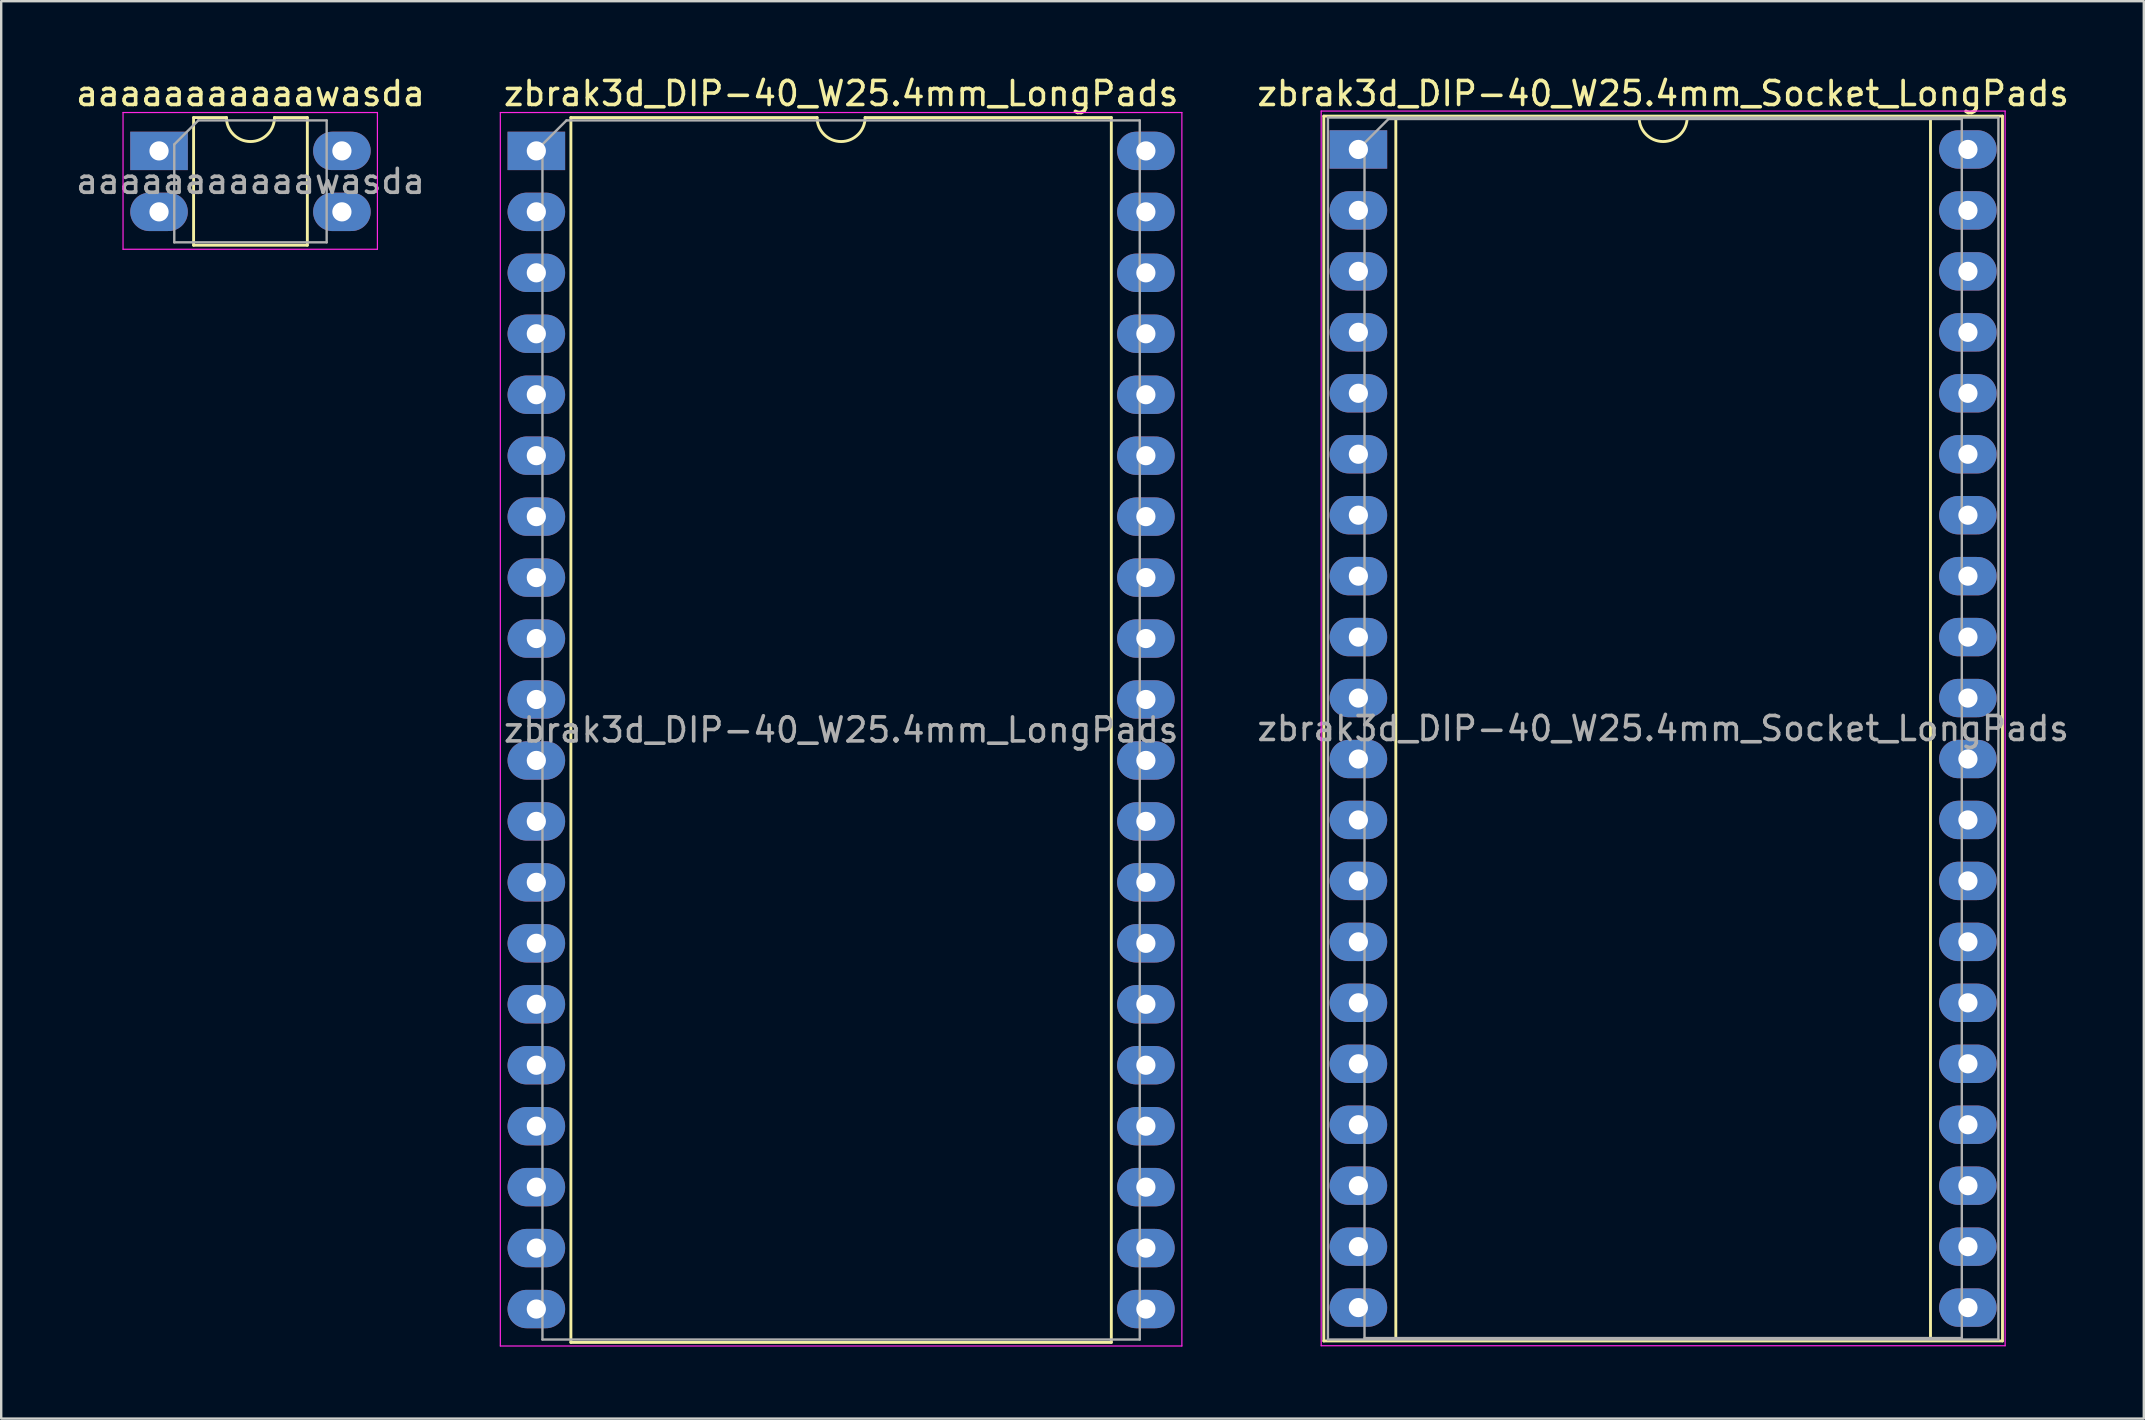
<source format=kicad_pcb>
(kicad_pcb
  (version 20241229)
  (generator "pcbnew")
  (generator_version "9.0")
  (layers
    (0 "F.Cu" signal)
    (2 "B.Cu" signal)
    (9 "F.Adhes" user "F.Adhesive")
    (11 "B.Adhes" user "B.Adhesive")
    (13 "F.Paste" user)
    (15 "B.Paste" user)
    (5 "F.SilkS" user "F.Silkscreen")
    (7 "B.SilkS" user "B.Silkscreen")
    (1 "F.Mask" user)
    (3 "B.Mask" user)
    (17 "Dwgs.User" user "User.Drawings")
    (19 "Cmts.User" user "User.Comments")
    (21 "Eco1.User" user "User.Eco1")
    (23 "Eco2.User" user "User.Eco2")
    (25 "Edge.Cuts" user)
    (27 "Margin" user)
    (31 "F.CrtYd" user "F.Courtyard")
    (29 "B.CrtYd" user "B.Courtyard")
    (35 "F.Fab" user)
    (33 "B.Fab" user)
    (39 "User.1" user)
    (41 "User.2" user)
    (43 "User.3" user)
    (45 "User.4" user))
  (footprint "zbrak3d_DIP-40_W25.4mm_Socket_LongPads"
    (layer "F.Cu")
    (at 53.554 3.178)
    (property "Reference" "zbrak3d_DIP-40_W25.4mm_Socket_LongPads" (at 12.7 -2.33 0) (layer "F.SilkS") (effects (font (size 1 1) (thickness 0.15))))
    (attr through_hole)
    (fp_line (start -1.44 -1.39) (end -1.44 49.65) (stroke (width 0.12) (type solid)) (layer "F.SilkS"))
    (fp_line (start -1.44 49.65) (end 26.84 49.65) (stroke (width 0.12) (type solid)) (layer "F.SilkS"))
    (fp_line (start 1.56 -1.33) (end 1.56 49.59) (stroke (width 0.12) (type solid)) (layer "F.SilkS"))
    (fp_line (start 1.56 49.59) (end 23.84 49.59) (stroke (width 0.12) (type solid)) (layer "F.SilkS"))
    (fp_line (start 11.7 -1.33) (end 1.56 -1.33) (stroke (width 0.12) (type solid)) (layer "F.SilkS"))
    (fp_line (start 23.84 -1.33) (end 13.7 -1.33) (stroke (width 0.12) (type solid)) (layer "F.SilkS"))
    (fp_line (start 23.84 49.59) (end 23.84 -1.33) (stroke (width 0.12) (type solid)) (layer "F.SilkS"))
    (fp_line (start 26.84 -1.39) (end -1.44 -1.39) (stroke (width 0.12) (type solid)) (layer "F.SilkS"))
    (fp_line (start 26.84 49.65) (end 26.84 -1.39) (stroke (width 0.12) (type solid)) (layer "F.SilkS"))
    (fp_arc (start 13.7 -1.33) (mid 12.7 -0.33) (end 11.7 -1.33) (stroke (width 0.12) (type solid)) (layer "F.SilkS"))
    (fp_line (start -1.55 -1.6) (end -1.55 49.85) (stroke (width 0.05) (type solid)) (layer "F.CrtYd"))
    (fp_line (start -1.55 49.85) (end 26.95 49.85) (stroke (width 0.05) (type solid)) (layer "F.CrtYd"))
    (fp_line (start 26.95 -1.6) (end -1.55 -1.6) (stroke (width 0.05) (type solid)) (layer "F.CrtYd"))
    (fp_line (start 26.95 49.85) (end 26.95 -1.6) (stroke (width 0.05) (type solid)) (layer "F.CrtYd"))
    (fp_line (start -1.27 -1.33) (end -1.27 49.59) (stroke (width 0.1) (type solid)) (layer "F.Fab"))
    (fp_line (start -1.27 49.59) (end 26.67 49.59) (stroke (width 0.1) (type solid)) (layer "F.Fab"))
    (fp_line (start 0.255 -0.27) (end 1.255 -1.27) (stroke (width 0.1) (type solid)) (layer "F.Fab"))
    (fp_line (start 0.255 49.53) (end 0.255 -0.27) (stroke (width 0.1) (type solid)) (layer "F.Fab"))
    (fp_line (start 1.255 -1.27) (end 25.145 -1.27) (stroke (width 0.1) (type solid)) (layer "F.Fab"))
    (fp_line (start 25.145 -1.27) (end 25.145 49.53) (stroke (width 0.1) (type solid)) (layer "F.Fab"))
    (fp_line (start 25.145 49.53) (end 0.255 49.53) (stroke (width 0.1) (type solid)) (layer "F.Fab"))
    (fp_line (start 26.67 -1.33) (end -1.27 -1.33) (stroke (width 0.1) (type solid)) (layer "F.Fab"))
    (fp_line (start 26.67 49.59) (end 26.67 -1.33) (stroke (width 0.1) (type solid)) (layer "F.Fab"))
    (fp_text user "${REFERENCE}" (at 12.7 24.13 0) (layer "F.Fab") (effects (font (size 1 1) (thickness 0.15))))
    (pad "1" thru_hole rect (at 0 0) (size 2.4 1.6) (drill 0.8) (layers "*.Cu" "*.Mask"))
    (pad "2" thru_hole oval (at 0 2.54) (size 2.4 1.6) (drill 0.8) (layers "*.Cu" "*.Mask"))
    (pad "3" thru_hole oval (at 0 5.08) (size 2.4 1.6) (drill 0.8) (layers "*.Cu" "*.Mask"))
    (pad "4" thru_hole oval (at 0 7.62) (size 2.4 1.6) (drill 0.8) (layers "*.Cu" "*.Mask"))
    (pad "5" thru_hole oval (at 0 10.16) (size 2.4 1.6) (drill 0.8) (layers "*.Cu" "*.Mask"))
    (pad "6" thru_hole oval (at 0 12.7) (size 2.4 1.6) (drill 0.8) (layers "*.Cu" "*.Mask"))
    (pad "7" thru_hole oval (at 0 15.24) (size 2.4 1.6) (drill 0.8) (layers "*.Cu" "*.Mask"))
    (pad "8" thru_hole oval (at 0 17.78) (size 2.4 1.6) (drill 0.8) (layers "*.Cu" "*.Mask"))
    (pad "9" thru_hole oval (at 0 20.32) (size 2.4 1.6) (drill 0.8) (layers "*.Cu" "*.Mask"))
    (pad "10" thru_hole oval (at 0 22.86) (size 2.4 1.6) (drill 0.8) (layers "*.Cu" "*.Mask"))
    (pad "11" thru_hole oval (at 0 25.4) (size 2.4 1.6) (drill 0.8) (layers "*.Cu" "*.Mask"))
    (pad "12" thru_hole oval (at 0 27.94) (size 2.4 1.6) (drill 0.8) (layers "*.Cu" "*.Mask"))
    (pad "13" thru_hole oval (at 0 30.48) (size 2.4 1.6) (drill 0.8) (layers "*.Cu" "*.Mask"))
    (pad "14" thru_hole oval (at 0 33.02) (size 2.4 1.6) (drill 0.8) (layers "*.Cu" "*.Mask"))
    (pad "15" thru_hole oval (at 0 35.56) (size 2.4 1.6) (drill 0.8) (layers "*.Cu" "*.Mask"))
    (pad "16" thru_hole oval (at 0 38.1) (size 2.4 1.6) (drill 0.8) (layers "*.Cu" "*.Mask"))
    (pad "17" thru_hole oval (at 0 40.64) (size 2.4 1.6) (drill 0.8) (layers "*.Cu" "*.Mask"))
    (pad "18" thru_hole oval (at 0 43.18) (size 2.4 1.6) (drill 0.8) (layers "*.Cu" "*.Mask"))
    (pad "19" thru_hole oval (at 0 45.72) (size 2.4 1.6) (drill 0.8) (layers "*.Cu" "*.Mask"))
    (pad "20" thru_hole oval (at 0 48.26) (size 2.4 1.6) (drill 0.8) (layers "*.Cu" "*.Mask"))
    (pad "21" thru_hole oval (at 25.4 48.26) (size 2.4 1.6) (drill 0.8) (layers "*.Cu" "*.Mask"))
    (pad "22" thru_hole oval (at 25.4 45.72) (size 2.4 1.6) (drill 0.8) (layers "*.Cu" "*.Mask"))
    (pad "23" thru_hole oval (at 25.4 43.18) (size 2.4 1.6) (drill 0.8) (layers "*.Cu" "*.Mask"))
    (pad "24" thru_hole oval (at 25.4 40.64) (size 2.4 1.6) (drill 0.8) (layers "*.Cu" "*.Mask"))
    (pad "25" thru_hole oval (at 25.4 38.1) (size 2.4 1.6) (drill 0.8) (layers "*.Cu" "*.Mask"))
    (pad "26" thru_hole oval (at 25.4 35.56) (size 2.4 1.6) (drill 0.8) (layers "*.Cu" "*.Mask"))
    (pad "27" thru_hole oval (at 25.4 33.02) (size 2.4 1.6) (drill 0.8) (layers "*.Cu" "*.Mask"))
    (pad "28" thru_hole oval (at 25.4 30.48) (size 2.4 1.6) (drill 0.8) (layers "*.Cu" "*.Mask"))
    (pad "29" thru_hole oval (at 25.4 27.94) (size 2.4 1.6) (drill 0.8) (layers "*.Cu" "*.Mask"))
    (pad "30" thru_hole oval (at 25.4 25.4) (size 2.4 1.6) (drill 0.8) (layers "*.Cu" "*.Mask"))
    (pad "31" thru_hole oval (at 25.4 22.86) (size 2.4 1.6) (drill 0.8) (layers "*.Cu" "*.Mask"))
    (pad "32" thru_hole oval (at 25.4 20.32) (size 2.4 1.6) (drill 0.8) (layers "*.Cu" "*.Mask"))
    (pad "33" thru_hole oval (at 25.4 17.78) (size 2.4 1.6) (drill 0.8) (layers "*.Cu" "*.Mask"))
    (pad "34" thru_hole oval (at 25.4 15.24) (size 2.4 1.6) (drill 0.8) (layers "*.Cu" "*.Mask"))
    (pad "35" thru_hole oval (at 25.4 12.7) (size 2.4 1.6) (drill 0.8) (layers "*.Cu" "*.Mask"))
    (pad "36" thru_hole oval (at 25.4 10.16) (size 2.4 1.6) (drill 0.8) (layers "*.Cu" "*.Mask"))
    (pad "37" thru_hole oval (at 25.4 7.62) (size 2.4 1.6) (drill 0.8) (layers "*.Cu" "*.Mask"))
    (pad "38" thru_hole oval (at 25.4 5.08) (size 2.4 1.6) (drill 0.8) (layers "*.Cu" "*.Mask"))
    (pad "39" thru_hole oval (at 25.4 2.54) (size 2.4 1.6) (drill 0.8) (layers "*.Cu" "*.Mask"))
    (pad "40" thru_hole oval (at 25.4 0) (size 2.4 1.6) (drill 0.8) (layers "*.Cu" "*.Mask")))
  (footprint "zbrak3d_DIP-40_W25.4mm_LongPads"
    (layer "F.Cu")
    (at 19.299 3.238)
    (property "Reference" "zbrak3d_DIP-40_W25.4mm_LongPads" (at 12.7 -2.39 0) (layer "F.SilkS") (effects (font (size 1 1) (thickness 0.15))))
    (attr through_hole)
    (fp_line (start 1.44 -1.39) (end 1.44 49.65) (stroke (width 0.12) (type solid)) (layer "F.SilkS"))
    (fp_line (start 1.44 49.65) (end 23.96 49.65) (stroke (width 0.12) (type solid)) (layer "F.SilkS"))
    (fp_line (start 11.7 -1.39) (end 1.44 -1.39) (stroke (width 0.12) (type solid)) (layer "F.SilkS"))
    (fp_line (start 23.96 -1.39) (end 13.7 -1.39) (stroke (width 0.12) (type solid)) (layer "F.SilkS"))
    (fp_line (start 23.96 49.65) (end 23.96 -1.39) (stroke (width 0.12) (type solid)) (layer "F.SilkS"))
    (fp_arc (start 13.7 -1.39) (mid 12.7 -0.39) (end 11.7 -1.39) (stroke (width 0.12) (type solid)) (layer "F.SilkS"))
    (fp_line (start -1.5 -1.6) (end -1.5 49.8) (stroke (width 0.05) (type solid)) (layer "F.CrtYd"))
    (fp_line (start -1.5 49.8) (end 26.9 49.8) (stroke (width 0.05) (type solid)) (layer "F.CrtYd"))
    (fp_line (start 26.9 -1.6) (end -1.5 -1.6) (stroke (width 0.05) (type solid)) (layer "F.CrtYd"))
    (fp_line (start 26.9 49.8) (end 26.9 -1.6) (stroke (width 0.05) (type solid)) (layer "F.CrtYd"))
    (fp_line (start 0.255 -0.27) (end 1.255 -1.27) (stroke (width 0.1) (type solid)) (layer "F.Fab"))
    (fp_line (start 0.255 49.53) (end 0.255 -0.27) (stroke (width 0.1) (type solid)) (layer "F.Fab"))
    (fp_line (start 1.255 -1.27) (end 25.145 -1.27) (stroke (width 0.1) (type solid)) (layer "F.Fab"))
    (fp_line (start 25.145 -1.27) (end 25.145 49.53) (stroke (width 0.1) (type solid)) (layer "F.Fab"))
    (fp_line (start 25.145 49.53) (end 0.255 49.53) (stroke (width 0.1) (type solid)) (layer "F.Fab"))
    (fp_text user "${REFERENCE}" (at 12.7 24.13 0) (layer "F.Fab") (effects (font (size 1 1) (thickness 0.15))))
    (pad "1" thru_hole rect (at 0 0) (size 2.4 1.6) (drill 0.8) (layers "*.Cu" "*.Mask"))
    (pad "2" thru_hole oval (at 0 2.54) (size 2.4 1.6) (drill 0.8) (layers "*.Cu" "*.Mask"))
    (pad "3" thru_hole oval (at 0 5.08) (size 2.4 1.6) (drill 0.8) (layers "*.Cu" "*.Mask"))
    (pad "4" thru_hole oval (at 0 7.62) (size 2.4 1.6) (drill 0.8) (layers "*.Cu" "*.Mask"))
    (pad "5" thru_hole oval (at 0 10.16) (size 2.4 1.6) (drill 0.8) (layers "*.Cu" "*.Mask"))
    (pad "6" thru_hole oval (at 0 12.7) (size 2.4 1.6) (drill 0.8) (layers "*.Cu" "*.Mask"))
    (pad "7" thru_hole oval (at 0 15.24) (size 2.4 1.6) (drill 0.8) (layers "*.Cu" "*.Mask"))
    (pad "8" thru_hole oval (at 0 17.78) (size 2.4 1.6) (drill 0.8) (layers "*.Cu" "*.Mask"))
    (pad "9" thru_hole oval (at 0 20.32) (size 2.4 1.6) (drill 0.8) (layers "*.Cu" "*.Mask"))
    (pad "10" thru_hole oval (at 0 22.86) (size 2.4 1.6) (drill 0.8) (layers "*.Cu" "*.Mask"))
    (pad "11" thru_hole oval (at 0 25.4) (size 2.4 1.6) (drill 0.8) (layers "*.Cu" "*.Mask"))
    (pad "12" thru_hole oval (at 0 27.94) (size 2.4 1.6) (drill 0.8) (layers "*.Cu" "*.Mask"))
    (pad "13" thru_hole oval (at 0 30.48) (size 2.4 1.6) (drill 0.8) (layers "*.Cu" "*.Mask"))
    (pad "14" thru_hole oval (at 0 33.02) (size 2.4 1.6) (drill 0.8) (layers "*.Cu" "*.Mask"))
    (pad "15" thru_hole oval (at 0 35.56) (size 2.4 1.6) (drill 0.8) (layers "*.Cu" "*.Mask"))
    (pad "16" thru_hole oval (at 0 38.1) (size 2.4 1.6) (drill 0.8) (layers "*.Cu" "*.Mask"))
    (pad "17" thru_hole oval (at 0 40.64) (size 2.4 1.6) (drill 0.8) (layers "*.Cu" "*.Mask"))
    (pad "18" thru_hole oval (at 0 43.18) (size 2.4 1.6) (drill 0.8) (layers "*.Cu" "*.Mask"))
    (pad "19" thru_hole oval (at 0 45.72) (size 2.4 1.6) (drill 0.8) (layers "*.Cu" "*.Mask"))
    (pad "20" thru_hole oval (at 0 48.26) (size 2.4 1.6) (drill 0.8) (layers "*.Cu" "*.Mask"))
    (pad "21" thru_hole oval (at 25.4 48.26) (size 2.4 1.6) (drill 0.8) (layers "*.Cu" "*.Mask"))
    (pad "22" thru_hole oval (at 25.4 45.72) (size 2.4 1.6) (drill 0.8) (layers "*.Cu" "*.Mask"))
    (pad "23" thru_hole oval (at 25.4 43.18) (size 2.4 1.6) (drill 0.8) (layers "*.Cu" "*.Mask"))
    (pad "24" thru_hole oval (at 25.4 40.64) (size 2.4 1.6) (drill 0.8) (layers "*.Cu" "*.Mask"))
    (pad "25" thru_hole oval (at 25.4 38.1) (size 2.4 1.6) (drill 0.8) (layers "*.Cu" "*.Mask"))
    (pad "26" thru_hole oval (at 25.4 35.56) (size 2.4 1.6) (drill 0.8) (layers "*.Cu" "*.Mask"))
    (pad "27" thru_hole oval (at 25.4 33.02) (size 2.4 1.6) (drill 0.8) (layers "*.Cu" "*.Mask"))
    (pad "28" thru_hole oval (at 25.4 30.48) (size 2.4 1.6) (drill 0.8) (layers "*.Cu" "*.Mask"))
    (pad "29" thru_hole oval (at 25.4 27.94) (size 2.4 1.6) (drill 0.8) (layers "*.Cu" "*.Mask"))
    (pad "30" thru_hole oval (at 25.4 25.4) (size 2.4 1.6) (drill 0.8) (layers "*.Cu" "*.Mask"))
    (pad "31" thru_hole oval (at 25.4 22.86) (size 2.4 1.6) (drill 0.8) (layers "*.Cu" "*.Mask"))
    (pad "32" thru_hole oval (at 25.4 20.32) (size 2.4 1.6) (drill 0.8) (layers "*.Cu" "*.Mask"))
    (pad "33" thru_hole oval (at 25.4 17.78) (size 2.4 1.6) (drill 0.8) (layers "*.Cu" "*.Mask"))
    (pad "34" thru_hole oval (at 25.4 15.24) (size 2.4 1.6) (drill 0.8) (layers "*.Cu" "*.Mask"))
    (pad "35" thru_hole oval (at 25.4 12.7) (size 2.4 1.6) (drill 0.8) (layers "*.Cu" "*.Mask"))
    (pad "36" thru_hole oval (at 25.4 10.16) (size 2.4 1.6) (drill 0.8) (layers "*.Cu" "*.Mask"))
    (pad "37" thru_hole oval (at 25.4 7.62) (size 2.4 1.6) (drill 0.8) (layers "*.Cu" "*.Mask"))
    (pad "38" thru_hole oval (at 25.4 5.08) (size 2.4 1.6) (drill 0.8) (layers "*.Cu" "*.Mask"))
    (pad "39" thru_hole oval (at 25.4 2.54) (size 2.4 1.6) (drill 0.8) (layers "*.Cu" "*.Mask"))
    (pad "40" thru_hole oval (at 25.4 0) (size 2.4 1.6) (drill 0.8) (layers "*.Cu" "*.Mask")))
  (footprint "aaaaaaaaaaawasda"
    (layer "F.Cu")
    (at 3.577 3.238)
    (property "Reference" "aaaaaaaaaaawasda" (at 3.81 -2.39 0) (layer "F.SilkS") (effects (font (size 1 1) (thickness 0.15))))
    (attr through_hole)
    (fp_line (start 1.44 -1.39) (end 1.44 3.93) (stroke (width 0.12) (type solid)) (layer "F.SilkS"))
    (fp_line (start 1.44 3.93) (end 6.18 3.93) (stroke (width 0.12) (type solid)) (layer "F.SilkS"))
    (fp_line (start 2.81 -1.39) (end 1.44 -1.39) (stroke (width 0.12) (type solid)) (layer "F.SilkS"))
    (fp_line (start 6.18 -1.39) (end 4.81 -1.39) (stroke (width 0.12) (type solid)) (layer "F.SilkS"))
    (fp_line (start 6.18 3.93) (end 6.18 -1.39) (stroke (width 0.12) (type solid)) (layer "F.SilkS"))
    (fp_arc (start 4.81 -1.39) (mid 3.81 -0.39) (end 2.81 -1.39) (stroke (width 0.12) (type solid)) (layer "F.SilkS"))
    (fp_line (start -1.5 -1.6) (end -1.5 4.1) (stroke (width 0.05) (type solid)) (layer "F.CrtYd"))
    (fp_line (start -1.5 4.1) (end 9.1 4.1) (stroke (width 0.05) (type solid)) (layer "F.CrtYd"))
    (fp_line (start 9.1 -1.6) (end -1.5 -1.6) (stroke (width 0.05) (type solid)) (layer "F.CrtYd"))
    (fp_line (start 9.1 4.1) (end 9.1 -1.6) (stroke (width 0.05) (type solid)) (layer "F.CrtYd"))
    (fp_line (start 0.635 -0.27) (end 1.635 -1.27) (stroke (width 0.1) (type solid)) (layer "F.Fab"))
    (fp_line (start 0.635 3.81) (end 0.635 -0.27) (stroke (width 0.1) (type solid)) (layer "F.Fab"))
    (fp_line (start 1.635 -1.27) (end 6.985 -1.27) (stroke (width 0.1) (type solid)) (layer "F.Fab"))
    (fp_line (start 6.985 -1.27) (end 6.985 3.81) (stroke (width 0.1) (type solid)) (layer "F.Fab"))
    (fp_line (start 6.985 3.81) (end 0.635 3.81) (stroke (width 0.1) (type solid)) (layer "F.Fab"))
    (fp_text user "${REFERENCE}" (at 3.81 1.27 0) (layer "F.Fab") (effects (font (size 1 1) (thickness 0.15))))
    (pad "1" thru_hole rect (at 0 0) (size 2.4 1.6) (drill 0.8) (layers "*.Cu" "*.Mask"))
    (pad "2" thru_hole oval (at 0 2.54) (size 2.4 1.6) (drill 0.8) (layers "*.Cu" "*.Mask"))
    (pad "3" thru_hole oval (at 7.62 2.54) (size 2.4 1.6) (drill 0.8) (layers "*.Cu" "*.Mask"))
    (pad "4" thru_hole oval (at 7.62 0) (size 2.4 1.6) (drill 0.8) (layers "*.Cu" "*.Mask")))
  (gr_rect
    (start -3 -3)
    (end 86.283 56.063)
    (stroke (width 0.1) (type default))
    (fill no)
    (layer "Edge.Cuts")))
</source>
